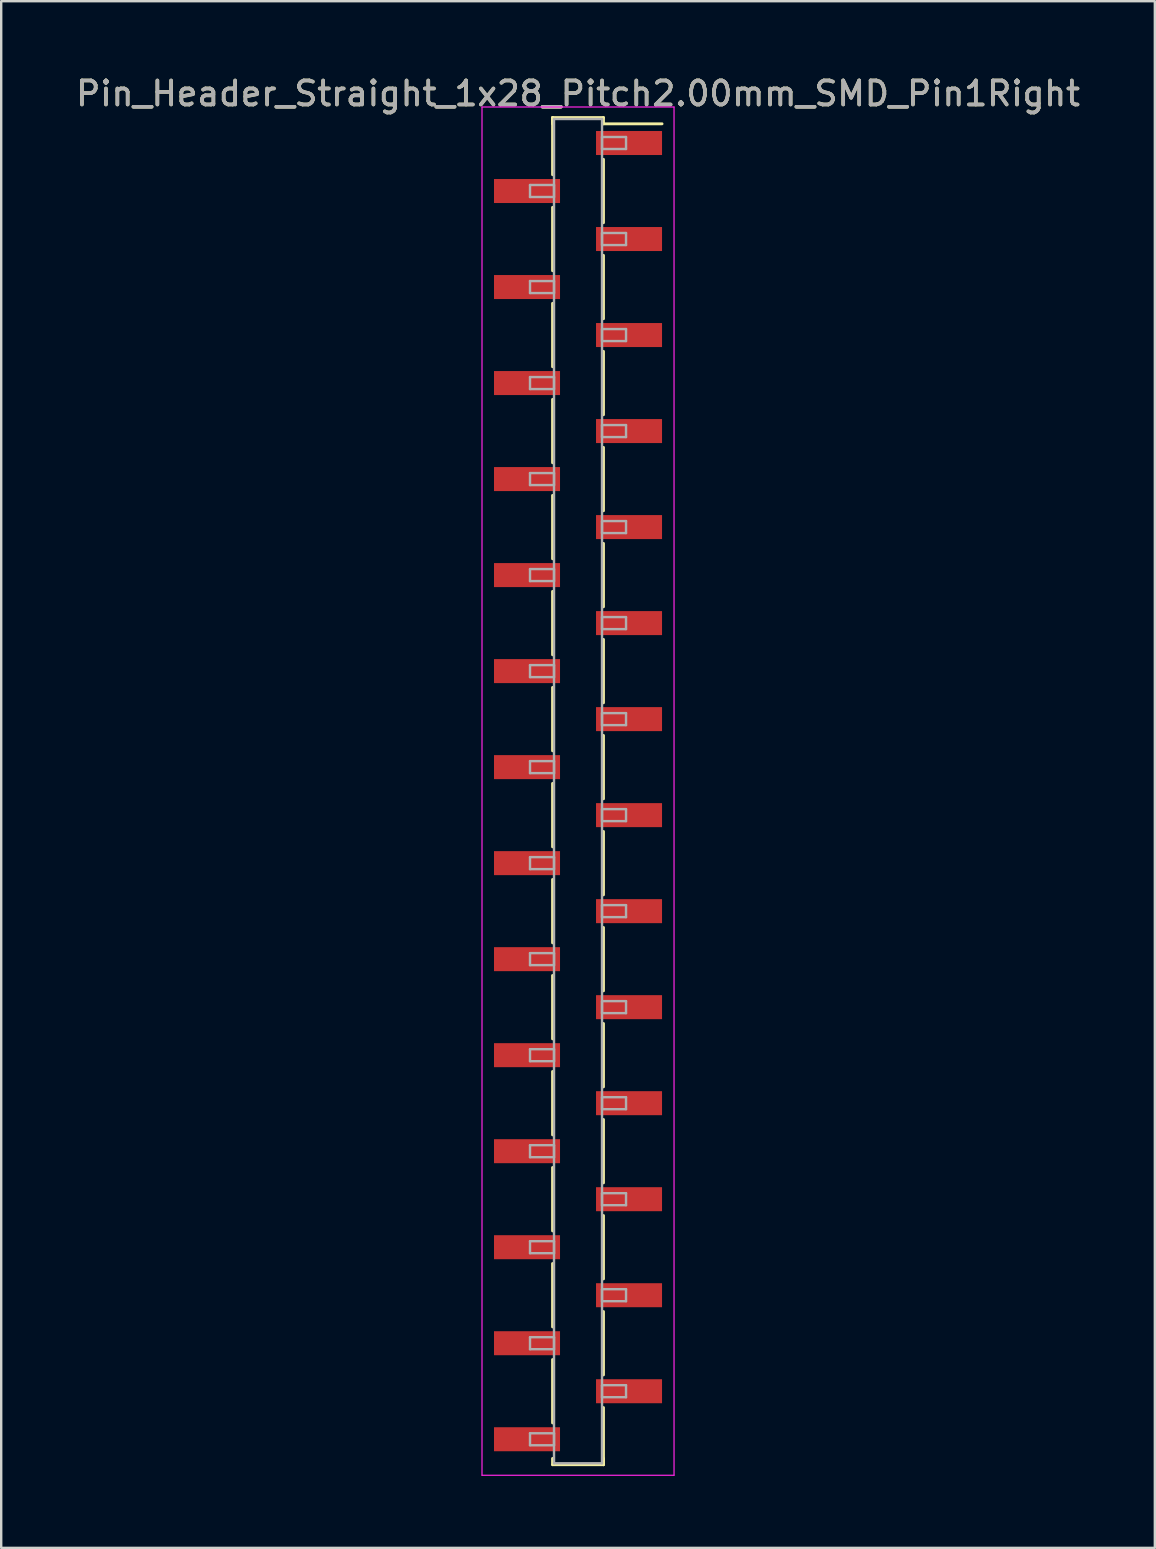
<source format=kicad_pcb>
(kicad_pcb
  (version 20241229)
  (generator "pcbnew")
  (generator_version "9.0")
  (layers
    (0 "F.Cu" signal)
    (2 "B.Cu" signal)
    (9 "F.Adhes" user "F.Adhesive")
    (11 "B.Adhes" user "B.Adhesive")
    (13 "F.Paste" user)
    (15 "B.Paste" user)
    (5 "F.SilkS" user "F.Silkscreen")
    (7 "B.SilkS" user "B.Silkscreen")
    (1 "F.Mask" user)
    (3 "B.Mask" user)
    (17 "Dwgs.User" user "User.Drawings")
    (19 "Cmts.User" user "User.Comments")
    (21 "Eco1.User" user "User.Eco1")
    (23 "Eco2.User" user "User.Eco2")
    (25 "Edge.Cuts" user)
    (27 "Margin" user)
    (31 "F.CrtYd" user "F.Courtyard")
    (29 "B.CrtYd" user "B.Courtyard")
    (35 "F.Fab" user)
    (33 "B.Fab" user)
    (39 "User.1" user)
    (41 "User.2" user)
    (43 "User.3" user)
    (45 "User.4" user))
  (footprint "Pin_Header_Straight_1x28_Pitch2.00mm_SMD_Pin1Right"
    (layer "F.Cu")
    (at 21.03 29.908)
    (property "Reference" "Pin_Header_Straight_1x28_Pitch2.00mm_SMD_Pin1Right" (at 0 -29.06 0) (layer "F.SilkS") (effects (font (size 1 1) (thickness 0.15))))
    (attr smd)
    (fp_line (start -1.06 -28.06) (end -1.06 -25.68) (stroke (width 0.12) (type solid)) (layer "F.SilkS"))
    (fp_line (start -1.06 -28.06) (end 1.06 -28.06) (stroke (width 0.12) (type solid)) (layer "F.SilkS"))
    (fp_line (start -1.06 -27.8) (end -1.06 -28.06) (stroke (width 0.12) (type solid)) (layer "F.SilkS"))
    (fp_line (start -1.06 -24.32) (end -1.06 -21.68) (stroke (width 0.12) (type solid)) (layer "F.SilkS"))
    (fp_line (start -1.06 -20.32) (end -1.06 -17.68) (stroke (width 0.12) (type solid)) (layer "F.SilkS"))
    (fp_line (start -1.06 -16.32) (end -1.06 -13.68) (stroke (width 0.12) (type solid)) (layer "F.SilkS"))
    (fp_line (start -1.06 -12.32) (end -1.06 -9.68) (stroke (width 0.12) (type solid)) (layer "F.SilkS"))
    (fp_line (start -1.06 -8.32) (end -1.06 -5.68) (stroke (width 0.12) (type solid)) (layer "F.SilkS"))
    (fp_line (start -1.06 -4.32) (end -1.06 -1.68) (stroke (width 0.12) (type solid)) (layer "F.SilkS"))
    (fp_line (start -1.06 -0.32) (end -1.06 2.32) (stroke (width 0.12) (type solid)) (layer "F.SilkS"))
    (fp_line (start -1.06 3.68) (end -1.06 6.32) (stroke (width 0.12) (type solid)) (layer "F.SilkS"))
    (fp_line (start -1.06 7.68) (end -1.06 10.32) (stroke (width 0.12) (type solid)) (layer "F.SilkS"))
    (fp_line (start -1.06 11.68) (end -1.06 14.32) (stroke (width 0.12) (type solid)) (layer "F.SilkS"))
    (fp_line (start -1.06 15.68) (end -1.06 18.32) (stroke (width 0.12) (type solid)) (layer "F.SilkS"))
    (fp_line (start -1.06 19.68) (end -1.06 22.32) (stroke (width 0.12) (type solid)) (layer "F.SilkS"))
    (fp_line (start -1.06 23.68) (end -1.06 26.32) (stroke (width 0.12) (type solid)) (layer "F.SilkS"))
    (fp_line (start -1.06 27.8) (end -1.06 28.06) (stroke (width 0.12) (type solid)) (layer "F.SilkS"))
    (fp_line (start -1.06 28.06) (end 1.06 28.06) (stroke (width 0.12) (type solid)) (layer "F.SilkS"))
    (fp_line (start 1.06 -28.06) (end 1.06 -27.8) (stroke (width 0.12) (type solid)) (layer "F.SilkS"))
    (fp_line (start 1.06 -27.8) (end 3.5 -27.8) (stroke (width 0.12) (type solid)) (layer "F.SilkS"))
    (fp_line (start 1.06 -26.32) (end 1.06 -23.68) (stroke (width 0.12) (type solid)) (layer "F.SilkS"))
    (fp_line (start 1.06 -22.32) (end 1.06 -19.68) (stroke (width 0.12) (type solid)) (layer "F.SilkS"))
    (fp_line (start 1.06 -18.32) (end 1.06 -15.68) (stroke (width 0.12) (type solid)) (layer "F.SilkS"))
    (fp_line (start 1.06 -14.32) (end 1.06 -11.68) (stroke (width 0.12) (type solid)) (layer "F.SilkS"))
    (fp_line (start 1.06 -10.32) (end 1.06 -7.68) (stroke (width 0.12) (type solid)) (layer "F.SilkS"))
    (fp_line (start 1.06 -6.32) (end 1.06 -3.68) (stroke (width 0.12) (type solid)) (layer "F.SilkS"))
    (fp_line (start 1.06 -2.32) (end 1.06 0.32) (stroke (width 0.12) (type solid)) (layer "F.SilkS"))
    (fp_line (start 1.06 1.68) (end 1.06 4.32) (stroke (width 0.12) (type solid)) (layer "F.SilkS"))
    (fp_line (start 1.06 5.68) (end 1.06 8.32) (stroke (width 0.12) (type solid)) (layer "F.SilkS"))
    (fp_line (start 1.06 9.68) (end 1.06 12.32) (stroke (width 0.12) (type solid)) (layer "F.SilkS"))
    (fp_line (start 1.06 13.68) (end 1.06 16.32) (stroke (width 0.12) (type solid)) (layer "F.SilkS"))
    (fp_line (start 1.06 17.68) (end 1.06 20.32) (stroke (width 0.12) (type solid)) (layer "F.SilkS"))
    (fp_line (start 1.06 21.68) (end 1.06 24.32) (stroke (width 0.12) (type solid)) (layer "F.SilkS"))
    (fp_line (start 1.06 25.68) (end 1.06 28.06) (stroke (width 0.12) (type solid)) (layer "F.SilkS"))
    (fp_line (start 1.06 28.06) (end 1.06 27.8) (stroke (width 0.12) (type solid)) (layer "F.SilkS"))
    (fp_line (start -4 -28.5) (end -4 28.5) (stroke (width 0.05) (type solid)) (layer "F.CrtYd"))
    (fp_line (start -4 28.5) (end 4 28.5) (stroke (width 0.05) (type solid)) (layer "F.CrtYd"))
    (fp_line (start 4 -28.5) (end -4 -28.5) (stroke (width 0.05) (type solid)) (layer "F.CrtYd"))
    (fp_line (start 4 28.5) (end 4 -28.5) (stroke (width 0.05) (type solid)) (layer "F.CrtYd"))
    (fp_line (start -2 -25.25) (end -1 -25.25) (stroke (width 0.1) (type solid)) (layer "F.Fab"))
    (fp_line (start -2 -24.75) (end -2 -25.25) (stroke (width 0.1) (type solid)) (layer "F.Fab"))
    (fp_line (start -2 -21.25) (end -1 -21.25) (stroke (width 0.1) (type solid)) (layer "F.Fab"))
    (fp_line (start -2 -20.75) (end -2 -21.25) (stroke (width 0.1) (type solid)) (layer "F.Fab"))
    (fp_line (start -2 -17.25) (end -1 -17.25) (stroke (width 0.1) (type solid)) (layer "F.Fab"))
    (fp_line (start -2 -16.75) (end -2 -17.25) (stroke (width 0.1) (type solid)) (layer "F.Fab"))
    (fp_line (start -2 -13.25) (end -1 -13.25) (stroke (width 0.1) (type solid)) (layer "F.Fab"))
    (fp_line (start -2 -12.75) (end -2 -13.25) (stroke (width 0.1) (type solid)) (layer "F.Fab"))
    (fp_line (start -2 -9.25) (end -1 -9.25) (stroke (width 0.1) (type solid)) (layer "F.Fab"))
    (fp_line (start -2 -8.75) (end -2 -9.25) (stroke (width 0.1) (type solid)) (layer "F.Fab"))
    (fp_line (start -2 -5.25) (end -1 -5.25) (stroke (width 0.1) (type solid)) (layer "F.Fab"))
    (fp_line (start -2 -4.75) (end -2 -5.25) (stroke (width 0.1) (type solid)) (layer "F.Fab"))
    (fp_line (start -2 -1.25) (end -1 -1.25) (stroke (width 0.1) (type solid)) (layer "F.Fab"))
    (fp_line (start -2 -0.75) (end -2 -1.25) (stroke (width 0.1) (type solid)) (layer "F.Fab"))
    (fp_line (start -2 2.75) (end -1 2.75) (stroke (width 0.1) (type solid)) (layer "F.Fab"))
    (fp_line (start -2 3.25) (end -2 2.75) (stroke (width 0.1) (type solid)) (layer "F.Fab"))
    (fp_line (start -2 6.75) (end -1 6.75) (stroke (width 0.1) (type solid)) (layer "F.Fab"))
    (fp_line (start -2 7.25) (end -2 6.75) (stroke (width 0.1) (type solid)) (layer "F.Fab"))
    (fp_line (start -2 10.75) (end -1 10.75) (stroke (width 0.1) (type solid)) (layer "F.Fab"))
    (fp_line (start -2 11.25) (end -2 10.75) (stroke (width 0.1) (type solid)) (layer "F.Fab"))
    (fp_line (start -2 14.75) (end -1 14.75) (stroke (width 0.1) (type solid)) (layer "F.Fab"))
    (fp_line (start -2 15.25) (end -2 14.75) (stroke (width 0.1) (type solid)) (layer "F.Fab"))
    (fp_line (start -2 18.75) (end -1 18.75) (stroke (width 0.1) (type solid)) (layer "F.Fab"))
    (fp_line (start -2 19.25) (end -2 18.75) (stroke (width 0.1) (type solid)) (layer "F.Fab"))
    (fp_line (start -2 22.75) (end -1 22.75) (stroke (width 0.1) (type solid)) (layer "F.Fab"))
    (fp_line (start -2 23.25) (end -2 22.75) (stroke (width 0.1) (type solid)) (layer "F.Fab"))
    (fp_line (start -2 26.75) (end -1 26.75) (stroke (width 0.1) (type solid)) (layer "F.Fab"))
    (fp_line (start -2 27.25) (end -2 26.75) (stroke (width 0.1) (type solid)) (layer "F.Fab"))
    (fp_line (start -1 -28) (end -1 28) (stroke (width 0.1) (type solid)) (layer "F.Fab"))
    (fp_line (start -1 -25.25) (end -1 -24.75) (stroke (width 0.1) (type solid)) (layer "F.Fab"))
    (fp_line (start -1 -24.75) (end -2 -24.75) (stroke (width 0.1) (type solid)) (layer "F.Fab"))
    (fp_line (start -1 -21.25) (end -1 -20.75) (stroke (width 0.1) (type solid)) (layer "F.Fab"))
    (fp_line (start -1 -20.75) (end -2 -20.75) (stroke (width 0.1) (type solid)) (layer "F.Fab"))
    (fp_line (start -1 -17.25) (end -1 -16.75) (stroke (width 0.1) (type solid)) (layer "F.Fab"))
    (fp_line (start -1 -16.75) (end -2 -16.75) (stroke (width 0.1) (type solid)) (layer "F.Fab"))
    (fp_line (start -1 -13.25) (end -1 -12.75) (stroke (width 0.1) (type solid)) (layer "F.Fab"))
    (fp_line (start -1 -12.75) (end -2 -12.75) (stroke (width 0.1) (type solid)) (layer "F.Fab"))
    (fp_line (start -1 -9.25) (end -1 -8.75) (stroke (width 0.1) (type solid)) (layer "F.Fab"))
    (fp_line (start -1 -8.75) (end -2 -8.75) (stroke (width 0.1) (type solid)) (layer "F.Fab"))
    (fp_line (start -1 -5.25) (end -1 -4.75) (stroke (width 0.1) (type solid)) (layer "F.Fab"))
    (fp_line (start -1 -4.75) (end -2 -4.75) (stroke (width 0.1) (type solid)) (layer "F.Fab"))
    (fp_line (start -1 -1.25) (end -1 -0.75) (stroke (width 0.1) (type solid)) (layer "F.Fab"))
    (fp_line (start -1 -0.75) (end -2 -0.75) (stroke (width 0.1) (type solid)) (layer "F.Fab"))
    (fp_line (start -1 2.75) (end -1 3.25) (stroke (width 0.1) (type solid)) (layer "F.Fab"))
    (fp_line (start -1 3.25) (end -2 3.25) (stroke (width 0.1) (type solid)) (layer "F.Fab"))
    (fp_line (start -1 6.75) (end -1 7.25) (stroke (width 0.1) (type solid)) (layer "F.Fab"))
    (fp_line (start -1 7.25) (end -2 7.25) (stroke (width 0.1) (type solid)) (layer "F.Fab"))
    (fp_line (start -1 10.75) (end -1 11.25) (stroke (width 0.1) (type solid)) (layer "F.Fab"))
    (fp_line (start -1 11.25) (end -2 11.25) (stroke (width 0.1) (type solid)) (layer "F.Fab"))
    (fp_line (start -1 14.75) (end -1 15.25) (stroke (width 0.1) (type solid)) (layer "F.Fab"))
    (fp_line (start -1 15.25) (end -2 15.25) (stroke (width 0.1) (type solid)) (layer "F.Fab"))
    (fp_line (start -1 18.75) (end -1 19.25) (stroke (width 0.1) (type solid)) (layer "F.Fab"))
    (fp_line (start -1 19.25) (end -2 19.25) (stroke (width 0.1) (type solid)) (layer "F.Fab"))
    (fp_line (start -1 22.75) (end -1 23.25) (stroke (width 0.1) (type solid)) (layer "F.Fab"))
    (fp_line (start -1 23.25) (end -2 23.25) (stroke (width 0.1) (type solid)) (layer "F.Fab"))
    (fp_line (start -1 26.75) (end -1 27.25) (stroke (width 0.1) (type solid)) (layer "F.Fab"))
    (fp_line (start -1 27.25) (end -2 27.25) (stroke (width 0.1) (type solid)) (layer "F.Fab"))
    (fp_line (start -1 28) (end 1 28) (stroke (width 0.1) (type solid)) (layer "F.Fab"))
    (fp_line (start 1 -28) (end -1 -28) (stroke (width 0.1) (type solid)) (layer "F.Fab"))
    (fp_line (start 1 -27.25) (end 1 -26.75) (stroke (width 0.1) (type solid)) (layer "F.Fab"))
    (fp_line (start 1 -26.75) (end 2 -26.75) (stroke (width 0.1) (type solid)) (layer "F.Fab"))
    (fp_line (start 1 -23.25) (end 1 -22.75) (stroke (width 0.1) (type solid)) (layer "F.Fab"))
    (fp_line (start 1 -22.75) (end 2 -22.75) (stroke (width 0.1) (type solid)) (layer "F.Fab"))
    (fp_line (start 1 -19.25) (end 1 -18.75) (stroke (width 0.1) (type solid)) (layer "F.Fab"))
    (fp_line (start 1 -18.75) (end 2 -18.75) (stroke (width 0.1) (type solid)) (layer "F.Fab"))
    (fp_line (start 1 -15.25) (end 1 -14.75) (stroke (width 0.1) (type solid)) (layer "F.Fab"))
    (fp_line (start 1 -14.75) (end 2 -14.75) (stroke (width 0.1) (type solid)) (layer "F.Fab"))
    (fp_line (start 1 -11.25) (end 1 -10.75) (stroke (width 0.1) (type solid)) (layer "F.Fab"))
    (fp_line (start 1 -10.75) (end 2 -10.75) (stroke (width 0.1) (type solid)) (layer "F.Fab"))
    (fp_line (start 1 -7.25) (end 1 -6.75) (stroke (width 0.1) (type solid)) (layer "F.Fab"))
    (fp_line (start 1 -6.75) (end 2 -6.75) (stroke (width 0.1) (type solid)) (layer "F.Fab"))
    (fp_line (start 1 -3.25) (end 1 -2.75) (stroke (width 0.1) (type solid)) (layer "F.Fab"))
    (fp_line (start 1 -2.75) (end 2 -2.75) (stroke (width 0.1) (type solid)) (layer "F.Fab"))
    (fp_line (start 1 0.75) (end 1 1.25) (stroke (width 0.1) (type solid)) (layer "F.Fab"))
    (fp_line (start 1 1.25) (end 2 1.25) (stroke (width 0.1) (type solid)) (layer "F.Fab"))
    (fp_line (start 1 4.75) (end 1 5.25) (stroke (width 0.1) (type solid)) (layer "F.Fab"))
    (fp_line (start 1 5.25) (end 2 5.25) (stroke (width 0.1) (type solid)) (layer "F.Fab"))
    (fp_line (start 1 8.75) (end 1 9.25) (stroke (width 0.1) (type solid)) (layer "F.Fab"))
    (fp_line (start 1 9.25) (end 2 9.25) (stroke (width 0.1) (type solid)) (layer "F.Fab"))
    (fp_line (start 1 12.75) (end 1 13.25) (stroke (width 0.1) (type solid)) (layer "F.Fab"))
    (fp_line (start 1 13.25) (end 2 13.25) (stroke (width 0.1) (type solid)) (layer "F.Fab"))
    (fp_line (start 1 16.75) (end 1 17.25) (stroke (width 0.1) (type solid)) (layer "F.Fab"))
    (fp_line (start 1 17.25) (end 2 17.25) (stroke (width 0.1) (type solid)) (layer "F.Fab"))
    (fp_line (start 1 20.75) (end 1 21.25) (stroke (width 0.1) (type solid)) (layer "F.Fab"))
    (fp_line (start 1 21.25) (end 2 21.25) (stroke (width 0.1) (type solid)) (layer "F.Fab"))
    (fp_line (start 1 24.75) (end 1 25.25) (stroke (width 0.1) (type solid)) (layer "F.Fab"))
    (fp_line (start 1 25.25) (end 2 25.25) (stroke (width 0.1) (type solid)) (layer "F.Fab"))
    (fp_line (start 1 28) (end 1 -28) (stroke (width 0.1) (type solid)) (layer "F.Fab"))
    (fp_line (start 2 -27.25) (end 1 -27.25) (stroke (width 0.1) (type solid)) (layer "F.Fab"))
    (fp_line (start 2 -26.75) (end 2 -27.25) (stroke (width 0.1) (type solid)) (layer "F.Fab"))
    (fp_line (start 2 -23.25) (end 1 -23.25) (stroke (width 0.1) (type solid)) (layer "F.Fab"))
    (fp_line (start 2 -22.75) (end 2 -23.25) (stroke (width 0.1) (type solid)) (layer "F.Fab"))
    (fp_line (start 2 -19.25) (end 1 -19.25) (stroke (width 0.1) (type solid)) (layer "F.Fab"))
    (fp_line (start 2 -18.75) (end 2 -19.25) (stroke (width 0.1) (type solid)) (layer "F.Fab"))
    (fp_line (start 2 -15.25) (end 1 -15.25) (stroke (width 0.1) (type solid)) (layer "F.Fab"))
    (fp_line (start 2 -14.75) (end 2 -15.25) (stroke (width 0.1) (type solid)) (layer "F.Fab"))
    (fp_line (start 2 -11.25) (end 1 -11.25) (stroke (width 0.1) (type solid)) (layer "F.Fab"))
    (fp_line (start 2 -10.75) (end 2 -11.25) (stroke (width 0.1) (type solid)) (layer "F.Fab"))
    (fp_line (start 2 -7.25) (end 1 -7.25) (stroke (width 0.1) (type solid)) (layer "F.Fab"))
    (fp_line (start 2 -6.75) (end 2 -7.25) (stroke (width 0.1) (type solid)) (layer "F.Fab"))
    (fp_line (start 2 -3.25) (end 1 -3.25) (stroke (width 0.1) (type solid)) (layer "F.Fab"))
    (fp_line (start 2 -2.75) (end 2 -3.25) (stroke (width 0.1) (type solid)) (layer "F.Fab"))
    (fp_line (start 2 0.75) (end 1 0.75) (stroke (width 0.1) (type solid)) (layer "F.Fab"))
    (fp_line (start 2 1.25) (end 2 0.75) (stroke (width 0.1) (type solid)) (layer "F.Fab"))
    (fp_line (start 2 4.75) (end 1 4.75) (stroke (width 0.1) (type solid)) (layer "F.Fab"))
    (fp_line (start 2 5.25) (end 2 4.75) (stroke (width 0.1) (type solid)) (layer "F.Fab"))
    (fp_line (start 2 8.75) (end 1 8.75) (stroke (width 0.1) (type solid)) (layer "F.Fab"))
    (fp_line (start 2 9.25) (end 2 8.75) (stroke (width 0.1) (type solid)) (layer "F.Fab"))
    (fp_line (start 2 12.75) (end 1 12.75) (stroke (width 0.1) (type solid)) (layer "F.Fab"))
    (fp_line (start 2 13.25) (end 2 12.75) (stroke (width 0.1) (type solid)) (layer "F.Fab"))
    (fp_line (start 2 16.75) (end 1 16.75) (stroke (width 0.1) (type solid)) (layer "F.Fab"))
    (fp_line (start 2 17.25) (end 2 16.75) (stroke (width 0.1) (type solid)) (layer "F.Fab"))
    (fp_line (start 2 20.75) (end 1 20.75) (stroke (width 0.1) (type solid)) (layer "F.Fab"))
    (fp_line (start 2 21.25) (end 2 20.75) (stroke (width 0.1) (type solid)) (layer "F.Fab"))
    (fp_line (start 2 24.75) (end 1 24.75) (stroke (width 0.1) (type solid)) (layer "F.Fab"))
    (fp_line (start 2 25.25) (end 2 24.75) (stroke (width 0.1) (type solid)) (layer "F.Fab"))
    (fp_text user "${REFERENCE}" (at 0 -29.06 0) (layer "F.Fab") (effects (font (size 1 1) (thickness 0.15))))
    (pad "1" smd rect (at 2.125 -27) (size 2.75 1) (layers "F.Cu" "F.Mask" "F.Paste"))
    (pad "2" smd rect (at -2.125 -25) (size 2.75 1) (layers "F.Cu" "F.Mask" "F.Paste"))
    (pad "3" smd rect (at 2.125 -23) (size 2.75 1) (layers "F.Cu" "F.Mask" "F.Paste"))
    (pad "4" smd rect (at -2.125 -21) (size 2.75 1) (layers "F.Cu" "F.Mask" "F.Paste"))
    (pad "5" smd rect (at 2.125 -19) (size 2.75 1) (layers "F.Cu" "F.Mask" "F.Paste"))
    (pad "6" smd rect (at -2.125 -17) (size 2.75 1) (layers "F.Cu" "F.Mask" "F.Paste"))
    (pad "7" smd rect (at 2.125 -15) (size 2.75 1) (layers "F.Cu" "F.Mask" "F.Paste"))
    (pad "8" smd rect (at -2.125 -13) (size 2.75 1) (layers "F.Cu" "F.Mask" "F.Paste"))
    (pad "9" smd rect (at 2.125 -11) (size 2.75 1) (layers "F.Cu" "F.Mask" "F.Paste"))
    (pad "10" smd rect (at -2.125 -9) (size 2.75 1) (layers "F.Cu" "F.Mask" "F.Paste"))
    (pad "11" smd rect (at 2.125 -7) (size 2.75 1) (layers "F.Cu" "F.Mask" "F.Paste"))
    (pad "12" smd rect (at -2.125 -5) (size 2.75 1) (layers "F.Cu" "F.Mask" "F.Paste"))
    (pad "13" smd rect (at 2.125 -3) (size 2.75 1) (layers "F.Cu" "F.Mask" "F.Paste"))
    (pad "14" smd rect (at -2.125 -1) (size 2.75 1) (layers "F.Cu" "F.Mask" "F.Paste"))
    (pad "15" smd rect (at 2.125 1) (size 2.75 1) (layers "F.Cu" "F.Mask" "F.Paste"))
    (pad "16" smd rect (at -2.125 3) (size 2.75 1) (layers "F.Cu" "F.Mask" "F.Paste"))
    (pad "17" smd rect (at 2.125 5) (size 2.75 1) (layers "F.Cu" "F.Mask" "F.Paste"))
    (pad "18" smd rect (at -2.125 7) (size 2.75 1) (layers "F.Cu" "F.Mask" "F.Paste"))
    (pad "19" smd rect (at 2.125 9) (size 2.75 1) (layers "F.Cu" "F.Mask" "F.Paste"))
    (pad "20" smd rect (at -2.125 11) (size 2.75 1) (layers "F.Cu" "F.Mask" "F.Paste"))
    (pad "21" smd rect (at 2.125 13) (size 2.75 1) (layers "F.Cu" "F.Mask" "F.Paste"))
    (pad "22" smd rect (at -2.125 15) (size 2.75 1) (layers "F.Cu" "F.Mask" "F.Paste"))
    (pad "23" smd rect (at 2.125 17) (size 2.75 1) (layers "F.Cu" "F.Mask" "F.Paste"))
    (pad "24" smd rect (at -2.125 19) (size 2.75 1) (layers "F.Cu" "F.Mask" "F.Paste"))
    (pad "25" smd rect (at 2.125 21) (size 2.75 1) (layers "F.Cu" "F.Mask" "F.Paste"))
    (pad "26" smd rect (at -2.125 23) (size 2.75 1) (layers "F.Cu" "F.Mask" "F.Paste"))
    (pad "27" smd rect (at 2.125 25) (size 2.75 1) (layers "F.Cu" "F.Mask" "F.Paste"))
    (pad "28" smd rect (at -2.125 27) (size 2.75 1) (layers "F.Cu" "F.Mask" "F.Paste")))
  (gr_rect
    (start -3 -3)
    (end 45.06 61.433)
    (stroke (width 0.1) (type default))
    (fill no)
    (layer "Edge.Cuts")))
</source>
